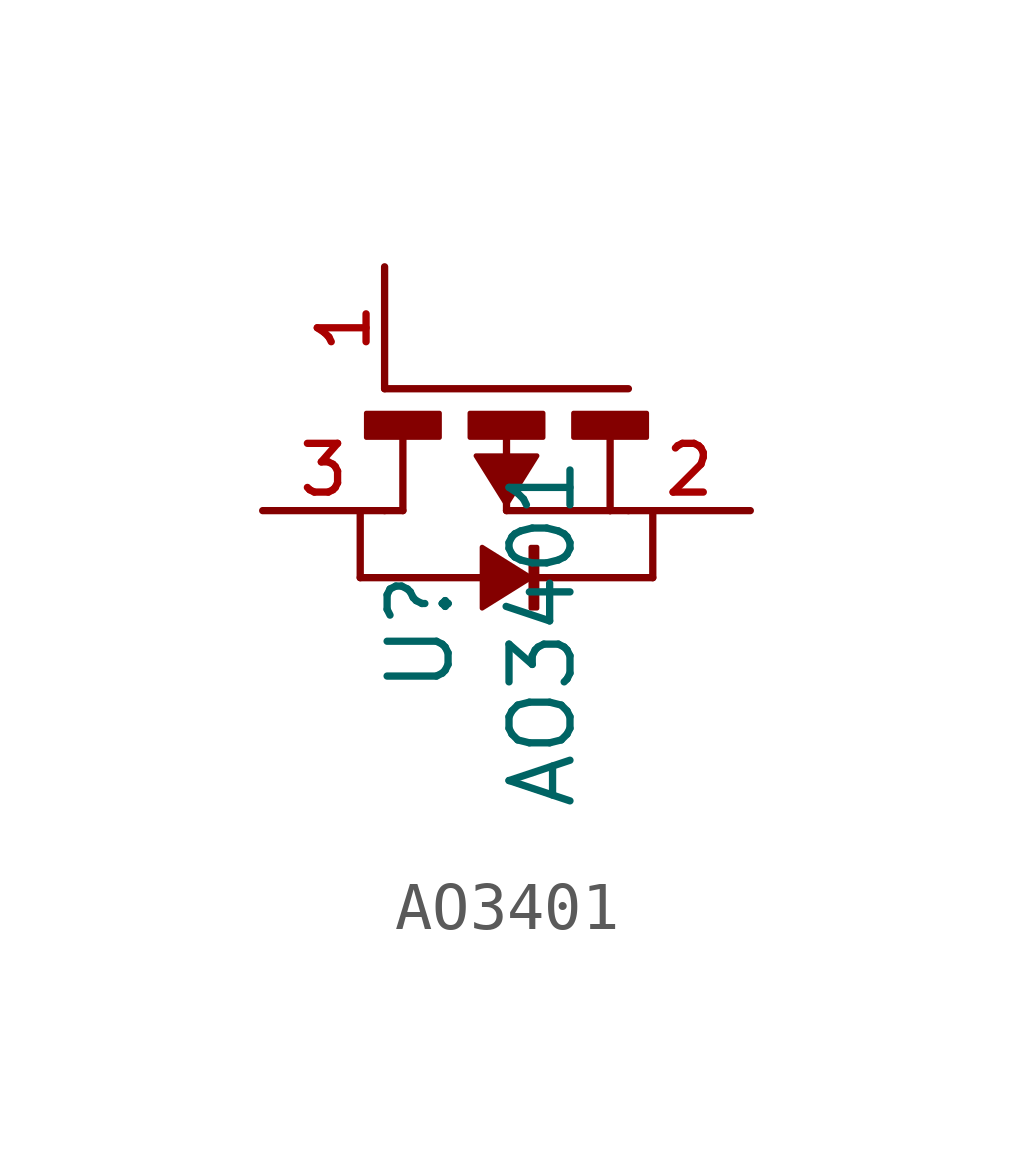
<source format=kicad_sym>
(kicad_symbol_lib
  (version 20211014)
  (generator kicad_symbol_editor)
  (symbol "AO3401"
    (pin_names
      (offset 1.016))
    (property "Reference" "U"
      (at 0.0 -2.54 90.0)
      (effects (font (size 1.27 1.27)) (justify top)))
    (property "Value" "AO3401"
      (at 2.54 -2.54 90.0)
      (effects (font (size 1.27 1.27)) (justify top)))
    (symbol "AO3401_0_0"
      (polyline (pts (xy 2.54 1.651) (xy 2.54 0.0)) (stroke (width 0.152)))
      (polyline (pts (xy 4.699 1.524) (xy 4.699 0.0)) (stroke (width 0.152)))
      (polyline (pts (xy 0.0 2.54) (xy 5.08 2.54)) (stroke (width 0.152)))
      (polyline (pts (xy 2.54 0.0) (xy 4.699 0.0)) (stroke (width 0.152)))
      (polyline (pts (xy 3.048 -1.397) (xy 5.588 -1.397)) (stroke (width 0.152)))
      (polyline (pts (xy 5.588 -1.397) (xy 5.588 0.0)) (stroke (width 0.152)))
      (polyline (pts (xy 0.381 1.524) (xy 0.381 0.0)) (stroke (width 0.152)))
      (polyline (pts (xy 0.381 0.0) (xy 0.0 0.0)) (stroke (width 0.152)))
      (polyline (pts (xy -0.508 0.0) (xy -0.508 -1.397)) (stroke (width 0.152)))
      (polyline (pts (xy -0.508 -1.397) (xy 2.159 -1.397)) (stroke (width 0.152)))
      (polyline (pts (xy 4.699 0.0) (xy 5.08 0.0)) (stroke (width 0.152)))
      (rectangle (start -0.381 1.524) (end 1.143 2.032) (stroke (width 0.1)) (fill (type outline)))
      (rectangle (start 1.778 1.524) (end 3.302 2.032) (stroke (width 0.1)) (fill (type outline)))
      (rectangle (start 3.937 1.524) (end 5.461 2.032) (stroke (width 0.1)) (fill (type outline)))
      (rectangle (start 3.048 -2.032) (end 3.175 -0.762) (stroke (width 0.1)) (fill (type outline)))
      (polyline (pts (xy 2.54 0.127) (xy 3.175 1.143) (xy 1.905 1.143) (xy 2.54 0.127)) (stroke (width 0.102)) (fill (type outline)))
      (polyline (pts (xy 3.048 -1.397) (xy 2.032 -0.762) (xy 2.032 -2.032) (xy 3.048 -1.397)) (stroke (width 0.102)) (fill (type outline)))
      (pin passive line (at -2.54 0.0 0) (length 2.54) (name "~" (effects (font (size 1.016 1.016)))) (number "3" (effects (font (size 1.016 1.016)))))
      (pin passive line (at 7.62 0.0 180.0) (length 2.54) (name "~" (effects (font (size 1.016 1.016)))) (number "2" (effects (font (size 1.016 1.016)))))
      (pin passive line (at 0.0 5.08 270.0) (length 2.54) (name "~" (effects (font (size 1.016 1.016)))) (number "1" (effects (font (size 1.016 1.016))))))))
</source>
